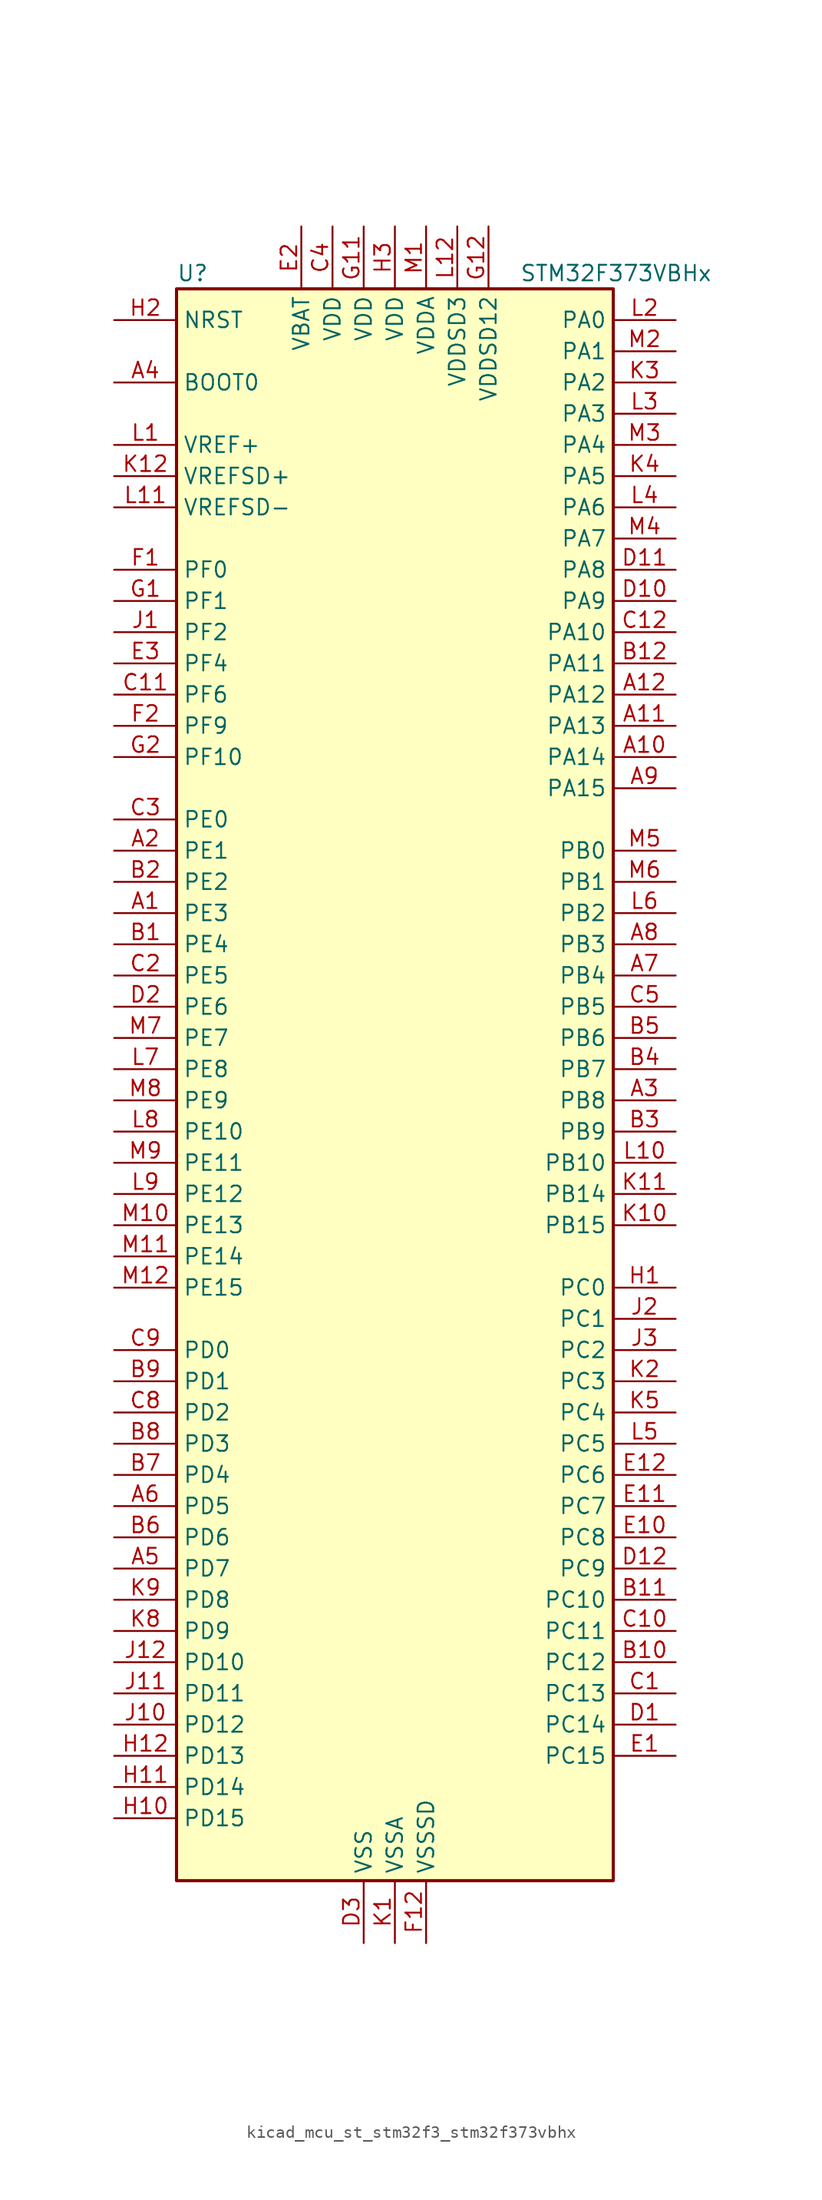
<source format=kicad_sym>
(kicad_symbol_lib
  (version 20220914)
  (generator kicad_symbol_editor)
  (symbol "kicad_mcu_st_stm32f3_stm32f373vbhx"
    (property "Reference" "U"
      (at -17.78 67.31 0)
      (effects (font (size 1.27 1.27)) (justify left)))
    (property "Value" "STM32F373VBHx"
      (at 10.16 67.31 0)
      (effects (font (size 1.27 1.27)) (justify left)))
    (property "ki_locked" ""
      (at 0 0 0)
      (effects (font (size 1.27 1.27))))
    (symbol "kicad_mcu_st_stm32f3_stm32f373vbhx_0_1"
      (rectangle (start -17.78 -63.5) (end 17.78 66.04) (stroke (width 0.254) (type default)) (fill (type background))))
    (symbol "kicad_mcu_st_stm32f3_stm32f373vbhx_1_1"
      (pin bidirectional line (at -22.86 15.24 0) (length 5.08) (name "PE3" (effects (font (size 1.27 1.27)))) (number "A1" (effects (font (size 1.27 1.27)))) (alternate "SYS_TRACED0" bidirectional line) (alternate "TSC_G7_IO2" bidirectional line))
      (pin bidirectional line (at 22.86 27.94 180) (length 5.08) (name "PA14" (effects (font (size 1.27 1.27)))) (number "A10" (effects (font (size 1.27 1.27)))) (alternate "I2C1_SDA" bidirectional line) (alternate "SYS_JTCK-SWCLK" bidirectional line) (alternate "TIM12_CH1" bidirectional line) (alternate "TSC_G4_IO4" bidirectional line))
      (pin bidirectional line (at 22.86 30.48 180) (length 5.08) (name "PA13" (effects (font (size 1.27 1.27)))) (number "A11" (effects (font (size 1.27 1.27)))) (alternate "I2S1_MCK" bidirectional line) (alternate "IR_OUT" bidirectional line) (alternate "SPI1_MISO" bidirectional line) (alternate "SYS_JTMS-SWDIO" bidirectional line) (alternate "TIM16_CH1N" bidirectional line) (alternate "TIM4_CH3" bidirectional line) (alternate "TIM5_CH4" bidirectional line) (alternate "TSC_G4_IO3" bidirectional line) (alternate "USART3_CTS" bidirectional line))
      (pin bidirectional line (at 22.86 33.02 180) (length 5.08) (name "PA12" (effects (font (size 1.27 1.27)))) (number "A12" (effects (font (size 1.27 1.27)))) (alternate "CAN_TX" bidirectional line) (alternate "COMP2_OUT" bidirectional line) (alternate "I2S1_CK" bidirectional line) (alternate "SPI1_SCK" bidirectional line) (alternate "TIM16_CH1" bidirectional line) (alternate "TIM4_CH2" bidirectional line) (alternate "TIM5_CH3" bidirectional line) (alternate "USART1_DE" bidirectional line) (alternate "USART1_RTS" bidirectional line) (alternate "USB_DP" bidirectional line))
      (pin bidirectional line (at -22.86 20.32 0) (length 5.08) (name "PE1" (effects (font (size 1.27 1.27)))) (number "A2" (effects (font (size 1.27 1.27)))) (alternate "USART1_RX" bidirectional line))
      (pin bidirectional line (at 22.86 0 180) (length 5.08) (name "PB8" (effects (font (size 1.27 1.27)))) (number "A3" (effects (font (size 1.27 1.27)))) (alternate "CAN_RX" bidirectional line) (alternate "CEC" bidirectional line) (alternate "COMP1_OUT" bidirectional line) (alternate "I2C1_SCL" bidirectional line) (alternate "I2S2_CK" bidirectional line) (alternate "SPI2_SCK" bidirectional line) (alternate "TIM16_CH1" bidirectional line) (alternate "TIM19_CH3" bidirectional line) (alternate "TIM4_CH3" bidirectional line) (alternate "TSC_SYNC" bidirectional line) (alternate "USART3_TX" bidirectional line))
      (pin input line (at -22.86 58.42 0) (length 5.08) (name "BOOT0" (effects (font (size 1.27 1.27)))) (number "A4" (effects (font (size 1.27 1.27)))))
      (pin bidirectional line (at -22.86 -38.1 0) (length 5.08) (name "PD7" (effects (font (size 1.27 1.27)))) (number "A5" (effects (font (size 1.27 1.27)))) (alternate "I2S2_CK" bidirectional line) (alternate "SPI2_SCK" bidirectional line) (alternate "USART2_CK" bidirectional line))
      (pin bidirectional line (at -22.86 -33.02 0) (length 5.08) (name "PD5" (effects (font (size 1.27 1.27)))) (number "A6" (effects (font (size 1.27 1.27)))) (alternate "USART2_TX" bidirectional line))
      (pin bidirectional line (at 22.86 10.16 180) (length 5.08) (name "PB4" (effects (font (size 1.27 1.27)))) (number "A7" (effects (font (size 1.27 1.27)))) (alternate "I2S1_MCK" bidirectional line) (alternate "I2S3_MCK" bidirectional line) (alternate "SPI1_MISO" bidirectional line) (alternate "SPI3_MISO" bidirectional line) (alternate "SYS_NJTRST" bidirectional line) (alternate "TIM15_CH1N" bidirectional line) (alternate "TIM16_CH1" bidirectional line) (alternate "TIM17_BKIN" bidirectional line) (alternate "TIM3_CH1" bidirectional line) (alternate "TSC_G5_IO2" bidirectional line) (alternate "USART2_RX" bidirectional line))
      (pin bidirectional line (at 22.86 12.7 180) (length 5.08) (name "PB3" (effects (font (size 1.27 1.27)))) (number "A8" (effects (font (size 1.27 1.27)))) (alternate "I2S1_CK" bidirectional line) (alternate "I2S3_CK" bidirectional line) (alternate "SPI1_SCK" bidirectional line) (alternate "SPI3_SCK" bidirectional line) (alternate "SYS_JTDO-TRACESWO" bidirectional line) (alternate "TIM13_CH1" bidirectional line) (alternate "TIM2_CH2" bidirectional line) (alternate "TIM3_ETR" bidirectional line) (alternate "TIM4_ETR" bidirectional line) (alternate "TSC_G5_IO1" bidirectional line) (alternate "USART2_TX" bidirectional line))
      (pin bidirectional line (at 22.86 25.4 180) (length 5.08) (name "PA15" (effects (font (size 1.27 1.27)))) (number "A9" (effects (font (size 1.27 1.27)))) (alternate "ADC1_EXTI15" bidirectional line) (alternate "I2C1_SCL" bidirectional line) (alternate "I2S1_WS" bidirectional line) (alternate "I2S3_WS" bidirectional line) (alternate "SDADC1_EXTI15" bidirectional line) (alternate "SDADC2_EXTI15" bidirectional line) (alternate "SDADC3_EXTI15" bidirectional line) (alternate "SPI1_NSS" bidirectional line) (alternate "SPI3_NSS" bidirectional line) (alternate "SYS_JTDI" bidirectional line) (alternate "TIM12_CH2" bidirectional line) (alternate "TIM2_CH1" bidirectional line) (alternate "TIM2_ETR" bidirectional line) (alternate "TSC_SYNC" bidirectional line))
      (pin bidirectional line (at -22.86 12.7 0) (length 5.08) (name "PE4" (effects (font (size 1.27 1.27)))) (number "B1" (effects (font (size 1.27 1.27)))) (alternate "SYS_TRACED1" bidirectional line) (alternate "TSC_G7_IO3" bidirectional line))
      (pin bidirectional line (at 22.86 -45.72 180) (length 5.08) (name "PC12" (effects (font (size 1.27 1.27)))) (number "B10" (effects (font (size 1.27 1.27)))) (alternate "I2S3_SD" bidirectional line) (alternate "SPI3_MOSI" bidirectional line) (alternate "TIM19_CH3" bidirectional line) (alternate "USART3_CK" bidirectional line))
      (pin bidirectional line (at 22.86 -40.64 180) (length 5.08) (name "PC10" (effects (font (size 1.27 1.27)))) (number "B11" (effects (font (size 1.27 1.27)))) (alternate "I2S3_CK" bidirectional line) (alternate "SPI3_SCK" bidirectional line) (alternate "TIM19_CH1" bidirectional line) (alternate "USART3_TX" bidirectional line))
      (pin bidirectional line (at 22.86 35.56 180) (length 5.08) (name "PA11" (effects (font (size 1.27 1.27)))) (number "B12" (effects (font (size 1.27 1.27)))) (alternate "ADC1_EXTI11" bidirectional line) (alternate "CAN_RX" bidirectional line) (alternate "COMP1_OUT" bidirectional line) (alternate "I2S1_WS" bidirectional line) (alternate "I2S2_WS" bidirectional line) (alternate "SDADC1_EXTI11" bidirectional line) (alternate "SDADC2_EXTI11" bidirectional line) (alternate "SDADC3_EXTI11" bidirectional line) (alternate "SPI1_NSS" bidirectional line) (alternate "SPI2_NSS" bidirectional line) (alternate "TIM4_CH1" bidirectional line) (alternate "TIM5_CH2" bidirectional line) (alternate "USART1_CTS" bidirectional line) (alternate "USB_DM" bidirectional line))
      (pin bidirectional line (at -22.86 17.78 0) (length 5.08) (name "PE2" (effects (font (size 1.27 1.27)))) (number "B2" (effects (font (size 1.27 1.27)))) (alternate "SYS_TRACECK" bidirectional line) (alternate "TSC_G7_IO1" bidirectional line))
      (pin bidirectional line (at 22.86 -2.54 180) (length 5.08) (name "PB9" (effects (font (size 1.27 1.27)))) (number "B3" (effects (font (size 1.27 1.27)))) (alternate "CAN_TX" bidirectional line) (alternate "COMP2_OUT" bidirectional line) (alternate "DAC1_EXTI9" bidirectional line) (alternate "DAC2_EXTI9" bidirectional line) (alternate "I2C1_SDA" bidirectional line) (alternate "I2S2_WS" bidirectional line) (alternate "IR_OUT" bidirectional line) (alternate "SPI2_NSS" bidirectional line) (alternate "TIM17_CH1" bidirectional line) (alternate "TIM19_CH4" bidirectional line) (alternate "TIM4_CH4" bidirectional line) (alternate "USART3_RX" bidirectional line))
      (pin bidirectional line (at 22.86 2.54 180) (length 5.08) (name "PB7" (effects (font (size 1.27 1.27)))) (number "B4" (effects (font (size 1.27 1.27)))) (alternate "I2C1_SDA" bidirectional line) (alternate "TIM15_CH2" bidirectional line) (alternate "TIM17_CH1N" bidirectional line) (alternate "TIM19_CH2" bidirectional line) (alternate "TIM3_CH4" bidirectional line) (alternate "TIM4_CH2" bidirectional line) (alternate "TSC_G5_IO4" bidirectional line) (alternate "USART1_RX" bidirectional line))
      (pin bidirectional line (at 22.86 5.08 180) (length 5.08) (name "PB6" (effects (font (size 1.27 1.27)))) (number "B5" (effects (font (size 1.27 1.27)))) (alternate "I2C1_SCL" bidirectional line) (alternate "TIM15_CH1" bidirectional line) (alternate "TIM16_CH1N" bidirectional line) (alternate "TIM19_CH1" bidirectional line) (alternate "TIM3_CH3" bidirectional line) (alternate "TIM4_CH1" bidirectional line) (alternate "TSC_G5_IO3" bidirectional line) (alternate "USART1_TX" bidirectional line))
      (pin bidirectional line (at -22.86 -35.56 0) (length 5.08) (name "PD6" (effects (font (size 1.27 1.27)))) (number "B6" (effects (font (size 1.27 1.27)))) (alternate "I2S2_WS" bidirectional line) (alternate "SPI2_NSS" bidirectional line) (alternate "USART2_RX" bidirectional line))
      (pin bidirectional line (at -22.86 -30.48 0) (length 5.08) (name "PD4" (effects (font (size 1.27 1.27)))) (number "B7" (effects (font (size 1.27 1.27)))) (alternate "I2S2_SD" bidirectional line) (alternate "SPI2_MOSI" bidirectional line) (alternate "USART2_DE" bidirectional line) (alternate "USART2_RTS" bidirectional line))
      (pin bidirectional line (at -22.86 -27.94 0) (length 5.08) (name "PD3" (effects (font (size 1.27 1.27)))) (number "B8" (effects (font (size 1.27 1.27)))) (alternate "I2S2_MCK" bidirectional line) (alternate "SPI2_MISO" bidirectional line) (alternate "USART2_CTS" bidirectional line))
      (pin bidirectional line (at -22.86 -22.86 0) (length 5.08) (name "PD1" (effects (font (size 1.27 1.27)))) (number "B9" (effects (font (size 1.27 1.27)))) (alternate "CAN_TX" bidirectional line) (alternate "TIM19_ETR" bidirectional line))
      (pin bidirectional line (at 22.86 -48.26 180) (length 5.08) (name "PC13" (effects (font (size 1.27 1.27)))) (number "C1" (effects (font (size 1.27 1.27)))) (alternate "RTC_OUT_ALARM" bidirectional line) (alternate "RTC_OUT_CALIB" bidirectional line) (alternate "RTC_TAMP1" bidirectional line) (alternate "RTC_TS" bidirectional line) (alternate "SYS_WKUP2" bidirectional line))
      (pin bidirectional line (at 22.86 -43.18 180) (length 5.08) (name "PC11" (effects (font (size 1.27 1.27)))) (number "C10" (effects (font (size 1.27 1.27)))) (alternate "ADC1_EXTI11" bidirectional line) (alternate "I2S3_MCK" bidirectional line) (alternate "SDADC1_EXTI11" bidirectional line) (alternate "SDADC2_EXTI11" bidirectional line) (alternate "SDADC3_EXTI11" bidirectional line) (alternate "SPI3_MISO" bidirectional line) (alternate "TIM19_CH2" bidirectional line) (alternate "USART3_RX" bidirectional line))
      (pin bidirectional line (at -22.86 33.02 0) (length 5.08) (name "PF6" (effects (font (size 1.27 1.27)))) (number "C11" (effects (font (size 1.27 1.27)))) (alternate "I2C2_SCL" bidirectional line) (alternate "I2S1_SD" bidirectional line) (alternate "SPI1_MOSI" bidirectional line) (alternate "TIM4_CH4" bidirectional line) (alternate "USART3_DE" bidirectional line) (alternate "USART3_RTS" bidirectional line))
      (pin bidirectional line (at 22.86 38.1 180) (length 5.08) (name "PA10" (effects (font (size 1.27 1.27)))) (number "C12" (effects (font (size 1.27 1.27)))) (alternate "I2C2_SDA" bidirectional line) (alternate "I2S2_SD" bidirectional line) (alternate "SPI2_MOSI" bidirectional line) (alternate "TIM14_CH1" bidirectional line) (alternate "TIM17_BKIN" bidirectional line) (alternate "TIM2_CH4" bidirectional line) (alternate "TSC_G4_IO2" bidirectional line) (alternate "USART1_RX" bidirectional line))
      (pin bidirectional line (at -22.86 10.16 0) (length 5.08) (name "PE5" (effects (font (size 1.27 1.27)))) (number "C2" (effects (font (size 1.27 1.27)))) (alternate "SYS_TRACED2" bidirectional line) (alternate "TSC_G7_IO4" bidirectional line))
      (pin bidirectional line (at -22.86 22.86 0) (length 5.08) (name "PE0" (effects (font (size 1.27 1.27)))) (number "C3" (effects (font (size 1.27 1.27)))) (alternate "TIM4_ETR" bidirectional line) (alternate "USART1_TX" bidirectional line))
      (pin power_in line (at -5.08 71.12 270) (length 5.08) (name "VDD" (effects (font (size 1.27 1.27)))) (number "C4" (effects (font (size 1.27 1.27)))))
      (pin bidirectional line (at 22.86 7.62 180) (length 5.08) (name "PB5" (effects (font (size 1.27 1.27)))) (number "C5" (effects (font (size 1.27 1.27)))) (alternate "I2C1_SMBA" bidirectional line) (alternate "I2S1_SD" bidirectional line) (alternate "I2S3_SD" bidirectional line) (alternate "SPI1_MOSI" bidirectional line) (alternate "SPI3_MOSI" bidirectional line) (alternate "TIM16_BKIN" bidirectional line) (alternate "TIM17_CH1" bidirectional line) (alternate "TIM19_ETR" bidirectional line) (alternate "TIM3_CH2" bidirectional line) (alternate "USART2_CK" bidirectional line))
      (pin bidirectional line (at -22.86 -25.4 0) (length 5.08) (name "PD2" (effects (font (size 1.27 1.27)))) (number "C8" (effects (font (size 1.27 1.27)))) (alternate "TIM3_ETR" bidirectional line))
      (pin bidirectional line (at -22.86 -20.32 0) (length 5.08) (name "PD0" (effects (font (size 1.27 1.27)))) (number "C9" (effects (font (size 1.27 1.27)))) (alternate "CAN_RX" bidirectional line) (alternate "TIM19_CH4" bidirectional line))
      (pin bidirectional line (at 22.86 -50.8 180) (length 5.08) (name "PC14" (effects (font (size 1.27 1.27)))) (number "D1" (effects (font (size 1.27 1.27)))) (alternate "RCC_OSC32_IN" bidirectional line))
      (pin bidirectional line (at 22.86 40.64 180) (length 5.08) (name "PA9" (effects (font (size 1.27 1.27)))) (number "D10" (effects (font (size 1.27 1.27)))) (alternate "DAC1_EXTI9" bidirectional line) (alternate "DAC2_EXTI9" bidirectional line) (alternate "I2C2_SCL" bidirectional line) (alternate "I2S2_MCK" bidirectional line) (alternate "SPI2_MISO" bidirectional line) (alternate "TIM13_CH1" bidirectional line) (alternate "TIM15_BKIN" bidirectional line) (alternate "TIM2_CH3" bidirectional line) (alternate "TSC_G4_IO1" bidirectional line) (alternate "USART1_TX" bidirectional line))
      (pin bidirectional line (at 22.86 43.18 180) (length 5.08) (name "PA8" (effects (font (size 1.27 1.27)))) (number "D11" (effects (font (size 1.27 1.27)))) (alternate "I2C2_SMBA" bidirectional line) (alternate "I2S2_CK" bidirectional line) (alternate "RCC_MCO" bidirectional line) (alternate "SPI2_SCK" bidirectional line) (alternate "TIM4_ETR" bidirectional line) (alternate "TIM5_CH1" bidirectional line) (alternate "TIM5_ETR" bidirectional line) (alternate "USART1_CK" bidirectional line))
      (pin bidirectional line (at 22.86 -38.1 180) (length 5.08) (name "PC9" (effects (font (size 1.27 1.27)))) (number "D12" (effects (font (size 1.27 1.27)))) (alternate "DAC1_EXTI9" bidirectional line) (alternate "DAC2_EXTI9" bidirectional line) (alternate "I2S1_SD" bidirectional line) (alternate "SPI1_MOSI" bidirectional line) (alternate "TIM3_CH4" bidirectional line))
      (pin bidirectional line (at -22.86 7.62 0) (length 5.08) (name "PE6" (effects (font (size 1.27 1.27)))) (number "D2" (effects (font (size 1.27 1.27)))) (alternate "RTC_TAMP3" bidirectional line) (alternate "SYS_TRACED3" bidirectional line) (alternate "SYS_WKUP3" bidirectional line))
      (pin power_in line (at -2.54 -68.58 90) (length 5.08) (name "VSS" (effects (font (size 1.27 1.27)))) (number "D3" (effects (font (size 1.27 1.27)))))
      (pin bidirectional line (at 22.86 -53.34 180) (length 5.08) (name "PC15" (effects (font (size 1.27 1.27)))) (number "E1" (effects (font (size 1.27 1.27)))) (alternate "ADC1_EXTI15" bidirectional line) (alternate "RCC_OSC32_OUT" bidirectional line) (alternate "SDADC1_EXTI15" bidirectional line) (alternate "SDADC2_EXTI15" bidirectional line) (alternate "SDADC3_EXTI15" bidirectional line))
      (pin bidirectional line (at 22.86 -35.56 180) (length 5.08) (name "PC8" (effects (font (size 1.27 1.27)))) (number "E10" (effects (font (size 1.27 1.27)))) (alternate "I2S1_MCK" bidirectional line) (alternate "SPI1_MISO" bidirectional line) (alternate "TIM3_CH3" bidirectional line))
      (pin bidirectional line (at 22.86 -33.02 180) (length 5.08) (name "PC7" (effects (font (size 1.27 1.27)))) (number "E11" (effects (font (size 1.27 1.27)))) (alternate "I2S1_CK" bidirectional line) (alternate "SPI1_SCK" bidirectional line) (alternate "TIM3_CH2" bidirectional line))
      (pin bidirectional line (at 22.86 -30.48 180) (length 5.08) (name "PC6" (effects (font (size 1.27 1.27)))) (number "E12" (effects (font (size 1.27 1.27)))) (alternate "I2S1_WS" bidirectional line) (alternate "SPI1_NSS" bidirectional line) (alternate "TIM3_CH1" bidirectional line))
      (pin power_in line (at -7.62 71.12 270) (length 5.08) (name "VBAT" (effects (font (size 1.27 1.27)))) (number "E2" (effects (font (size 1.27 1.27)))))
      (pin bidirectional line (at -22.86 35.56 0) (length 5.08) (name "PF4" (effects (font (size 1.27 1.27)))) (number "E3" (effects (font (size 1.27 1.27)))))
      (pin bidirectional line (at -22.86 43.18 0) (length 5.08) (name "PF0" (effects (font (size 1.27 1.27)))) (number "F1" (effects (font (size 1.27 1.27)))) (alternate "I2C2_SDA" bidirectional line) (alternate "RCC_OSC_IN" bidirectional line))
      (pin passive line (at -2.54 -68.58 90) (length 5.08) hide (name "VSS" (effects (font (size 1.27 1.27)))) (number "F11" (effects (font (size 1.27 1.27)))))
      (pin power_in line (at 2.54 -68.58 90) (length 5.08) (name "VSSSD" (effects (font (size 1.27 1.27)))) (number "F12" (effects (font (size 1.27 1.27)))))
      (pin bidirectional line (at -22.86 30.48 0) (length 5.08) (name "PF9" (effects (font (size 1.27 1.27)))) (number "F2" (effects (font (size 1.27 1.27)))) (alternate "DAC1_EXTI9" bidirectional line) (alternate "DAC2_EXTI9" bidirectional line) (alternate "TIM14_CH1" bidirectional line))
      (pin bidirectional line (at -22.86 40.64 0) (length 5.08) (name "PF1" (effects (font (size 1.27 1.27)))) (number "G1" (effects (font (size 1.27 1.27)))) (alternate "I2C2_SCL" bidirectional line) (alternate "RCC_OSC_OUT" bidirectional line))
      (pin power_in line (at -2.54 71.12 270) (length 5.08) (name "VDD" (effects (font (size 1.27 1.27)))) (number "G11" (effects (font (size 1.27 1.27)))))
      (pin power_in line (at 7.62 71.12 270) (length 5.08) (name "VDDSD12" (effects (font (size 1.27 1.27)))) (number "G12" (effects (font (size 1.27 1.27)))))
      (pin bidirectional line (at -22.86 27.94 0) (length 5.08) (name "PF10" (effects (font (size 1.27 1.27)))) (number "G2" (effects (font (size 1.27 1.27)))))
      (pin bidirectional line (at 22.86 -15.24 180) (length 5.08) (name "PC0" (effects (font (size 1.27 1.27)))) (number "H1" (effects (font (size 1.27 1.27)))) (alternate "ADC1_IN10" bidirectional line) (alternate "TIM5_CH1" bidirectional line) (alternate "TIM5_ETR" bidirectional line))
      (pin bidirectional line (at -22.86 -58.42 0) (length 5.08) (name "PD15" (effects (font (size 1.27 1.27)))) (number "H10" (effects (font (size 1.27 1.27)))) (alternate "ADC1_EXTI15" bidirectional line) (alternate "SDADC1_EXTI15" bidirectional line) (alternate "SDADC2_EXTI15" bidirectional line) (alternate "SDADC3_AIN0M" bidirectional line) (alternate "SDADC3_EXTI15" bidirectional line) (alternate "TIM4_CH4" bidirectional line) (alternate "TSC_G8_IO4" bidirectional line))
      (pin bidirectional line (at -22.86 -55.88 0) (length 5.08) (name "PD14" (effects (font (size 1.27 1.27)))) (number "H11" (effects (font (size 1.27 1.27)))) (alternate "SDADC3_AIN0P" bidirectional line) (alternate "TIM4_CH3" bidirectional line) (alternate "TSC_G8_IO3" bidirectional line))
      (pin bidirectional line (at -22.86 -53.34 0) (length 5.08) (name "PD13" (effects (font (size 1.27 1.27)))) (number "H12" (effects (font (size 1.27 1.27)))) (alternate "SDADC3_AIN1P" bidirectional line) (alternate "SDADC3_AIN2M" bidirectional line) (alternate "TIM4_CH2" bidirectional line) (alternate "TSC_G8_IO2" bidirectional line))
      (pin input line (at -22.86 63.5 0) (length 5.08) (name "NRST" (effects (font (size 1.27 1.27)))) (number "H2" (effects (font (size 1.27 1.27)))))
      (pin power_in line (at 0 71.12 270) (length 5.08) (name "VDD" (effects (font (size 1.27 1.27)))) (number "H3" (effects (font (size 1.27 1.27)))))
      (pin bidirectional line (at -22.86 38.1 0) (length 5.08) (name "PF2" (effects (font (size 1.27 1.27)))) (number "J1" (effects (font (size 1.27 1.27)))) (alternate "I2C2_SMBA" bidirectional line))
      (pin bidirectional line (at -22.86 -50.8 0) (length 5.08) (name "PD12" (effects (font (size 1.27 1.27)))) (number "J10" (effects (font (size 1.27 1.27)))) (alternate "SDADC3_AIN2P" bidirectional line) (alternate "TIM4_CH1" bidirectional line) (alternate "TSC_G8_IO1" bidirectional line) (alternate "USART3_DE" bidirectional line) (alternate "USART3_RTS" bidirectional line))
      (pin bidirectional line (at -22.86 -48.26 0) (length 5.08) (name "PD11" (effects (font (size 1.27 1.27)))) (number "J11" (effects (font (size 1.27 1.27)))) (alternate "ADC1_EXTI11" bidirectional line) (alternate "SDADC1_EXTI11" bidirectional line) (alternate "SDADC2_EXTI11" bidirectional line) (alternate "SDADC3_AIN3P" bidirectional line) (alternate "SDADC3_AIN4M" bidirectional line) (alternate "SDADC3_EXTI11" bidirectional line) (alternate "USART3_CTS" bidirectional line))
      (pin bidirectional line (at -22.86 -45.72 0) (length 5.08) (name "PD10" (effects (font (size 1.27 1.27)))) (number "J12" (effects (font (size 1.27 1.27)))) (alternate "SDADC3_AIN4P" bidirectional line) (alternate "USART3_CK" bidirectional line))
      (pin bidirectional line (at 22.86 -17.78 180) (length 5.08) (name "PC1" (effects (font (size 1.27 1.27)))) (number "J2" (effects (font (size 1.27 1.27)))) (alternate "ADC1_IN11" bidirectional line) (alternate "TIM5_CH2" bidirectional line))
      (pin bidirectional line (at 22.86 -20.32 180) (length 5.08) (name "PC2" (effects (font (size 1.27 1.27)))) (number "J3" (effects (font (size 1.27 1.27)))) (alternate "ADC1_IN12" bidirectional line) (alternate "I2S2_MCK" bidirectional line) (alternate "SPI2_MISO" bidirectional line) (alternate "TIM5_CH3" bidirectional line))
      (pin power_in line (at 0 -68.58 90) (length 5.08) (name "VSSA" (effects (font (size 1.27 1.27)))) (number "K1" (effects (font (size 1.27 1.27)))))
      (pin bidirectional line (at 22.86 -10.16 180) (length 5.08) (name "PB15" (effects (font (size 1.27 1.27)))) (number "K10" (effects (font (size 1.27 1.27)))) (alternate "ADC1_EXTI15" bidirectional line) (alternate "I2S2_SD" bidirectional line) (alternate "RTC_REFIN" bidirectional line) (alternate "SDADC1_EXTI15" bidirectional line) (alternate "SDADC2_EXTI15" bidirectional line) (alternate "SDADC3_AIN7P" bidirectional line) (alternate "SDADC3_AIN8M" bidirectional line) (alternate "SDADC3_EXTI15" bidirectional line) (alternate "SPI2_MOSI" bidirectional line) (alternate "TIM12_CH2" bidirectional line) (alternate "TIM15_CH1N" bidirectional line) (alternate "TIM15_CH2" bidirectional line) (alternate "TSC_G6_IO2" bidirectional line))
      (pin bidirectional line (at 22.86 -7.62 180) (length 5.08) (name "PB14" (effects (font (size 1.27 1.27)))) (number "K11" (effects (font (size 1.27 1.27)))) (alternate "I2S2_MCK" bidirectional line) (alternate "SDADC3_AIN8P" bidirectional line) (alternate "SPI2_MISO" bidirectional line) (alternate "TIM12_CH1" bidirectional line) (alternate "TIM15_CH1" bidirectional line) (alternate "TSC_G6_IO1" bidirectional line) (alternate "USART3_DE" bidirectional line) (alternate "USART3_RTS" bidirectional line))
      (pin input line (at -22.86 50.8 0) (length 5.08) (name "VREFSD+" (effects (font (size 1.27 1.27)))) (number "K12" (effects (font (size 1.27 1.27)))))
      (pin bidirectional line (at 22.86 -22.86 180) (length 5.08) (name "PC3" (effects (font (size 1.27 1.27)))) (number "K2" (effects (font (size 1.27 1.27)))) (alternate "ADC1_IN13" bidirectional line) (alternate "I2S2_SD" bidirectional line) (alternate "SPI2_MOSI" bidirectional line) (alternate "TIM5_CH4" bidirectional line))
      (pin bidirectional line (at 22.86 58.42 180) (length 5.08) (name "PA2" (effects (font (size 1.27 1.27)))) (number "K3" (effects (font (size 1.27 1.27)))) (alternate "ADC1_IN2" bidirectional line) (alternate "COMP2_INM" bidirectional line) (alternate "COMP2_OUT" bidirectional line) (alternate "I2S3_MCK" bidirectional line) (alternate "SPI3_MISO" bidirectional line) (alternate "TIM15_CH1" bidirectional line) (alternate "TIM19_CH3" bidirectional line) (alternate "TIM2_CH3" bidirectional line) (alternate "TIM5_CH3" bidirectional line) (alternate "TSC_G1_IO3" bidirectional line) (alternate "USART2_TX" bidirectional line))
      (pin bidirectional line (at 22.86 50.8 180) (length 5.08) (name "PA5" (effects (font (size 1.27 1.27)))) (number "K4" (effects (font (size 1.27 1.27)))) (alternate "ADC1_IN5" bidirectional line) (alternate "CEC" bidirectional line) (alternate "DAC1_OUT2" bidirectional line) (alternate "I2S1_CK" bidirectional line) (alternate "SPI1_SCK" bidirectional line) (alternate "TIM12_CH2" bidirectional line) (alternate "TIM14_CH1" bidirectional line) (alternate "TIM2_CH1" bidirectional line) (alternate "TIM2_ETR" bidirectional line) (alternate "TSC_G2_IO2" bidirectional line))
      (pin bidirectional line (at 22.86 -25.4 180) (length 5.08) (name "PC4" (effects (font (size 1.27 1.27)))) (number "K5" (effects (font (size 1.27 1.27)))) (alternate "ADC1_IN14" bidirectional line) (alternate "TIM13_CH1" bidirectional line) (alternate "TSC_G3_IO1" bidirectional line) (alternate "USART1_TX" bidirectional line))
      (pin bidirectional line (at -22.86 -43.18 0) (length 5.08) (name "PD9" (effects (font (size 1.27 1.27)))) (number "K8" (effects (font (size 1.27 1.27)))) (alternate "DAC1_EXTI9" bidirectional line) (alternate "DAC2_EXTI9" bidirectional line) (alternate "SDADC3_AIN5P" bidirectional line) (alternate "SDADC3_AIN6M" bidirectional line) (alternate "TSC_G6_IO4" bidirectional line) (alternate "USART3_RX" bidirectional line))
      (pin bidirectional line (at -22.86 -40.64 0) (length 5.08) (name "PD8" (effects (font (size 1.27 1.27)))) (number "K9" (effects (font (size 1.27 1.27)))) (alternate "I2S2_CK" bidirectional line) (alternate "SDADC3_AIN6P" bidirectional line) (alternate "SPI2_SCK" bidirectional line) (alternate "TSC_G6_IO3" bidirectional line) (alternate "USART3_TX" bidirectional line))
      (pin input line (at -22.86 53.34 0) (length 5.08) (name "VREF+" (effects (font (size 1.27 1.27)))) (number "L1" (effects (font (size 1.27 1.27)))))
      (pin bidirectional line (at 22.86 -5.08 180) (length 5.08) (name "PB10" (effects (font (size 1.27 1.27)))) (number "L10" (effects (font (size 1.27 1.27)))) (alternate "CEC" bidirectional line) (alternate "I2S2_CK" bidirectional line) (alternate "SDADC2_AIN0M" bidirectional line) (alternate "SPI2_SCK" bidirectional line) (alternate "TIM2_CH3" bidirectional line) (alternate "TSC_SYNC" bidirectional line) (alternate "USART3_TX" bidirectional line))
      (pin input line (at -22.86 48.26 0) (length 5.08) (name "VREFSD-" (effects (font (size 1.27 1.27)))) (number "L11" (effects (font (size 1.27 1.27)))))
      (pin power_in line (at 5.08 71.12 270) (length 5.08) (name "VDDSD3" (effects (font (size 1.27 1.27)))) (number "L12" (effects (font (size 1.27 1.27)))))
      (pin bidirectional line (at 22.86 63.5 180) (length 5.08) (name "PA0" (effects (font (size 1.27 1.27)))) (number "L2" (effects (font (size 1.27 1.27)))) (alternate "ADC1_IN0" bidirectional line) (alternate "COMP1_INM" bidirectional line) (alternate "COMP1_OUT" bidirectional line) (alternate "RTC_TAMP2" bidirectional line) (alternate "SYS_WKUP1" bidirectional line) (alternate "TIM19_CH1" bidirectional line) (alternate "TIM2_CH1" bidirectional line) (alternate "TIM2_ETR" bidirectional line) (alternate "TIM5_CH1" bidirectional line) (alternate "TIM5_ETR" bidirectional line) (alternate "TSC_G1_IO1" bidirectional line) (alternate "USART2_CTS" bidirectional line))
      (pin bidirectional line (at 22.86 55.88 180) (length 5.08) (name "PA3" (effects (font (size 1.27 1.27)))) (number "L3" (effects (font (size 1.27 1.27)))) (alternate "ADC1_IN3" bidirectional line) (alternate "COMP2_INP" bidirectional line) (alternate "I2S3_SD" bidirectional line) (alternate "SPI3_MOSI" bidirectional line) (alternate "TIM15_CH2" bidirectional line) (alternate "TIM19_CH4" bidirectional line) (alternate "TIM2_CH4" bidirectional line) (alternate "TIM5_CH4" bidirectional line) (alternate "TSC_G1_IO4" bidirectional line) (alternate "USART2_RX" bidirectional line))
      (pin bidirectional line (at 22.86 48.26 180) (length 5.08) (name "PA6" (effects (font (size 1.27 1.27)))) (number "L4" (effects (font (size 1.27 1.27)))) (alternate "ADC1_IN6" bidirectional line) (alternate "COMP1_OUT" bidirectional line) (alternate "DAC2_OUT1" bidirectional line) (alternate "I2S1_MCK" bidirectional line) (alternate "SPI1_MISO" bidirectional line) (alternate "TIM13_CH1" bidirectional line) (alternate "TIM16_CH1" bidirectional line) (alternate "TIM3_CH1" bidirectional line) (alternate "TSC_G2_IO3" bidirectional line))
      (pin bidirectional line (at 22.86 -27.94 180) (length 5.08) (name "PC5" (effects (font (size 1.27 1.27)))) (number "L5" (effects (font (size 1.27 1.27)))) (alternate "ADC1_IN15" bidirectional line) (alternate "TSC_G3_IO2" bidirectional line) (alternate "USART1_RX" bidirectional line))
      (pin bidirectional line (at 22.86 15.24 180) (length 5.08) (name "PB2" (effects (font (size 1.27 1.27)))) (number "L6" (effects (font (size 1.27 1.27)))) (alternate "SDADC1_AIN4P" bidirectional line) (alternate "SDADC2_AIN6P" bidirectional line))
      (pin bidirectional line (at -22.86 2.54 0) (length 5.08) (name "PE8" (effects (font (size 1.27 1.27)))) (number "L7" (effects (font (size 1.27 1.27)))) (alternate "SDADC1_AIN8P" bidirectional line) (alternate "SDADC2_AIN8P" bidirectional line))
      (pin bidirectional line (at -22.86 -2.54 0) (length 5.08) (name "PE10" (effects (font (size 1.27 1.27)))) (number "L8" (effects (font (size 1.27 1.27)))) (alternate "SDADC1_AIN2P" bidirectional line))
      (pin bidirectional line (at -22.86 -7.62 0) (length 5.08) (name "PE12" (effects (font (size 1.27 1.27)))) (number "L9" (effects (font (size 1.27 1.27)))) (alternate "SDADC1_AIN0P" bidirectional line) (alternate "SDADC2_AIN3P" bidirectional line) (alternate "SDADC2_AIN4M" bidirectional line))
      (pin power_in line (at 2.54 71.12 270) (length 5.08) (name "VDDA" (effects (font (size 1.27 1.27)))) (number "M1" (effects (font (size 1.27 1.27)))))
      (pin bidirectional line (at -22.86 -10.16 0) (length 5.08) (name "PE13" (effects (font (size 1.27 1.27)))) (number "M10" (effects (font (size 1.27 1.27)))) (alternate "SDADC1_AIN0M" bidirectional line) (alternate "SDADC2_AIN2P" bidirectional line))
      (pin bidirectional line (at -22.86 -12.7 0) (length 5.08) (name "PE14" (effects (font (size 1.27 1.27)))) (number "M11" (effects (font (size 1.27 1.27)))) (alternate "SDADC2_AIN1P" bidirectional line) (alternate "SDADC2_AIN2M" bidirectional line))
      (pin bidirectional line (at -22.86 -15.24 0) (length 5.08) (name "PE15" (effects (font (size 1.27 1.27)))) (number "M12" (effects (font (size 1.27 1.27)))) (alternate "ADC1_EXTI15" bidirectional line) (alternate "SDADC1_EXTI15" bidirectional line) (alternate "SDADC2_AIN0P" bidirectional line) (alternate "SDADC2_EXTI15" bidirectional line) (alternate "SDADC3_EXTI15" bidirectional line) (alternate "USART3_RX" bidirectional line))
      (pin bidirectional line (at 22.86 60.96 180) (length 5.08) (name "PA1" (effects (font (size 1.27 1.27)))) (number "M2" (effects (font (size 1.27 1.27)))) (alternate "ADC1_IN1" bidirectional line) (alternate "COMP1_INP" bidirectional line) (alternate "I2S3_CK" bidirectional line) (alternate "RTC_REFIN" bidirectional line) (alternate "SPI3_SCK" bidirectional line) (alternate "TIM15_CH1N" bidirectional line) (alternate "TIM19_CH2" bidirectional line) (alternate "TIM2_CH2" bidirectional line) (alternate "TIM5_CH2" bidirectional line) (alternate "TSC_G1_IO2" bidirectional line) (alternate "USART2_DE" bidirectional line) (alternate "USART2_RTS" bidirectional line))
      (pin bidirectional line (at 22.86 53.34 180) (length 5.08) (name "PA4" (effects (font (size 1.27 1.27)))) (number "M3" (effects (font (size 1.27 1.27)))) (alternate "ADC1_IN4" bidirectional line) (alternate "DAC1_OUT1" bidirectional line) (alternate "I2S1_WS" bidirectional line) (alternate "I2S3_WS" bidirectional line) (alternate "SPI1_NSS" bidirectional line) (alternate "SPI3_NSS" bidirectional line) (alternate "TIM12_CH1" bidirectional line) (alternate "TIM3_CH2" bidirectional line) (alternate "TSC_G2_IO1" bidirectional line) (alternate "USART2_CK" bidirectional line))
      (pin bidirectional line (at 22.86 45.72 180) (length 5.08) (name "PA7" (effects (font (size 1.27 1.27)))) (number "M4" (effects (font (size 1.27 1.27)))) (alternate "ADC1_IN7" bidirectional line) (alternate "COMP2_OUT" bidirectional line) (alternate "I2S1_SD" bidirectional line) (alternate "SPI1_MOSI" bidirectional line) (alternate "TIM14_CH1" bidirectional line) (alternate "TIM17_CH1" bidirectional line) (alternate "TIM3_CH2" bidirectional line) (alternate "TSC_G2_IO4" bidirectional line))
      (pin bidirectional line (at 22.86 20.32 180) (length 5.08) (name "PB0" (effects (font (size 1.27 1.27)))) (number "M5" (effects (font (size 1.27 1.27)))) (alternate "ADC1_IN8" bidirectional line) (alternate "I2S1_SD" bidirectional line) (alternate "SDADC1_AIN6P" bidirectional line) (alternate "SPI1_MOSI" bidirectional line) (alternate "TIM3_CH2" bidirectional line) (alternate "TIM3_CH3" bidirectional line) (alternate "TSC_G3_IO3" bidirectional line))
      (pin bidirectional line (at 22.86 17.78 180) (length 5.08) (name "PB1" (effects (font (size 1.27 1.27)))) (number "M6" (effects (font (size 1.27 1.27)))) (alternate "ADC1_IN9" bidirectional line) (alternate "SDADC1_AIN5P" bidirectional line) (alternate "SDADC1_AIN6M" bidirectional line) (alternate "TIM3_CH4" bidirectional line) (alternate "TSC_G3_IO4" bidirectional line))
      (pin bidirectional line (at -22.86 5.08 0) (length 5.08) (name "PE7" (effects (font (size 1.27 1.27)))) (number "M7" (effects (font (size 1.27 1.27)))) (alternate "SDADC1_AIN3P" bidirectional line) (alternate "SDADC1_AIN4M" bidirectional line) (alternate "SDADC2_AIN5P" bidirectional line) (alternate "SDADC2_AIN6M" bidirectional line))
      (pin bidirectional line (at -22.86 0 0) (length 5.08) (name "PE9" (effects (font (size 1.27 1.27)))) (number "M8" (effects (font (size 1.27 1.27)))) (alternate "DAC1_EXTI9" bidirectional line) (alternate "DAC2_EXTI9" bidirectional line) (alternate "SDADC1_AIN7P" bidirectional line) (alternate "SDADC1_AIN8M" bidirectional line) (alternate "SDADC2_AIN7P" bidirectional line) (alternate "SDADC2_AIN8M" bidirectional line))
      (pin bidirectional line (at -22.86 -5.08 0) (length 5.08) (name "PE11" (effects (font (size 1.27 1.27)))) (number "M9" (effects (font (size 1.27 1.27)))) (alternate "ADC1_EXTI11" bidirectional line) (alternate "SDADC1_AIN1P" bidirectional line) (alternate "SDADC1_AIN2M" bidirectional line) (alternate "SDADC1_EXTI11" bidirectional line) (alternate "SDADC2_AIN4P" bidirectional line) (alternate "SDADC2_EXTI11" bidirectional line) (alternate "SDADC3_EXTI11" bidirectional line)))))
</source>
